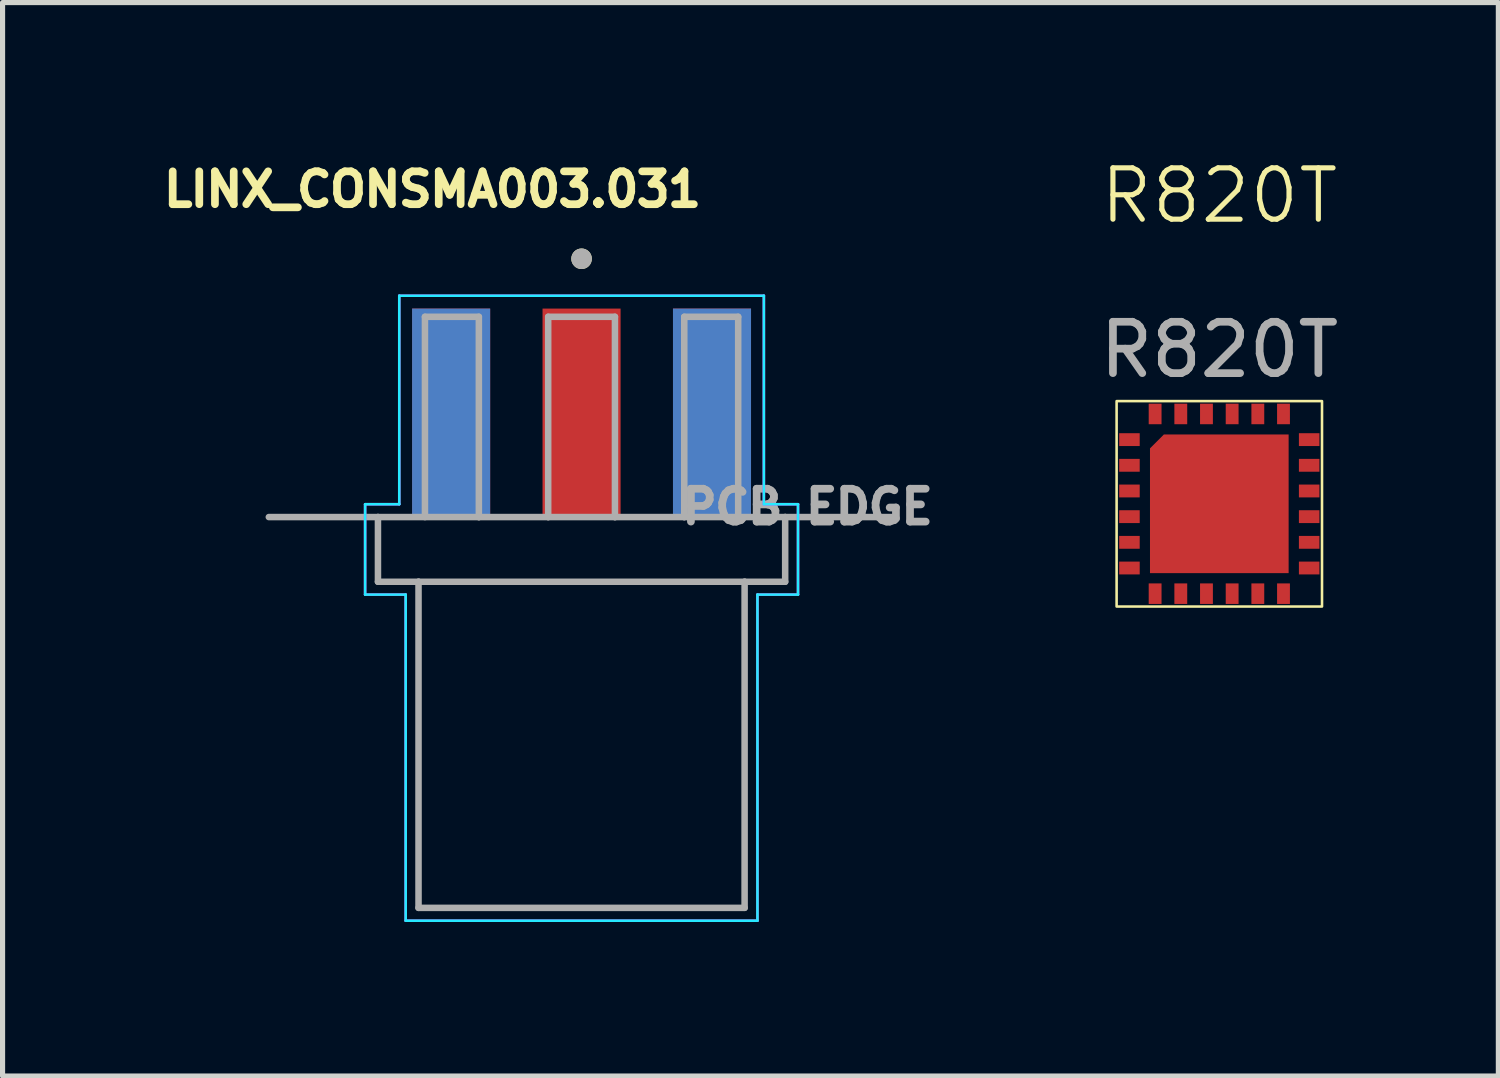
<source format=kicad_pcb>
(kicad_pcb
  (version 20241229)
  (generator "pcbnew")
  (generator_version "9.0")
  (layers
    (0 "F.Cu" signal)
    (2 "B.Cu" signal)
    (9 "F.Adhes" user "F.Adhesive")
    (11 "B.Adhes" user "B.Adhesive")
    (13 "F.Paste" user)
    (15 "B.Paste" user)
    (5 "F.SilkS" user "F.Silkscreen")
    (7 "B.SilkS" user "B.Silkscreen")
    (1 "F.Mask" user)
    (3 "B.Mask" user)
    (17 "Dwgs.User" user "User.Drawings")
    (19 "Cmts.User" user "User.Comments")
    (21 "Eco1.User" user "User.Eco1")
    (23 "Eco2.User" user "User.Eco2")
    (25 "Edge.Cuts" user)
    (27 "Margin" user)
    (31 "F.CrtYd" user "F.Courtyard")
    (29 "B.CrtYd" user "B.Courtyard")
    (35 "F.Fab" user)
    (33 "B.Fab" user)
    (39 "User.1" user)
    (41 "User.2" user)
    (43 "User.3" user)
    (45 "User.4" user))
  (footprint "R820T"
    (layer "F.Cu")
    (at 20.694 6.761)
    (property "Reference" "R820T" (at 0 -6 0) (unlocked yes) (layer "F.SilkS") (effects (font (size 1 1) (thickness 0.1))))
    (attr smd)
    (fp_rect (start -2 -2) (end 2 2) (stroke (width 0.05) (type default)) (fill no) (layer "F.SilkS"))
    (fp_text user "${REFERENCE}" (at 0 -3 0) (unlocked yes) (layer "F.Fab") (effects (font (size 1 1) (thickness 0.15))))
    (pad "0" smd roundrect (at 0 0) (size 2.7 2.7) (layers "F.Cu" "F.Mask" "F.Paste") (roundrect_rratio 0) (chamfer_ratio 0.1) (chamfer top_left))
    (pad "1" smd rect (at -1.75 -1.25) (size 0.4 0.25) (layers "F.Cu" "F.Mask" "F.Paste"))
    (pad "2" smd rect (at -1.75 -0.75) (size 0.4 0.25) (layers "F.Cu" "F.Mask" "F.Paste"))
    (pad "3" smd rect (at -1.75 -0.25) (size 0.4 0.25) (layers "F.Cu" "F.Mask" "F.Paste"))
    (pad "4" smd rect (at -1.75 0.25) (size 0.4 0.25) (layers "F.Cu" "F.Mask" "F.Paste"))
    (pad "5" smd rect (at -1.75 0.75) (size 0.4 0.25) (layers "F.Cu" "F.Mask" "F.Paste"))
    (pad "6" smd rect (at -1.75 1.25) (size 0.4 0.25) (layers "F.Cu" "F.Mask" "F.Paste"))
    (pad "7" smd rect (at -1.25 1.75 90) (size 0.4 0.25) (layers "F.Cu" "F.Mask" "F.Paste"))
    (pad "8" smd rect (at -0.75 1.75 90) (size 0.4 0.25) (layers "F.Cu" "F.Mask" "F.Paste"))
    (pad "9" smd rect (at -0.25 1.75 90) (size 0.4 0.25) (layers "F.Cu" "F.Mask" "F.Paste"))
    (pad "10" smd rect (at 0.25 1.75 90) (size 0.4 0.25) (layers "F.Cu" "F.Mask" "F.Paste"))
    (pad "11" smd rect (at 0.75 1.75 90) (size 0.4 0.25) (layers "F.Cu" "F.Mask" "F.Paste"))
    (pad "12" smd rect (at 1.25 1.75 90) (size 0.4 0.25) (layers "F.Cu" "F.Mask" "F.Paste"))
    (pad "13" smd rect (at 1.75 1.25 180) (size 0.4 0.25) (layers "F.Cu" "F.Mask" "F.Paste"))
    (pad "14" smd rect (at 1.75 0.75 180) (size 0.4 0.25) (layers "F.Cu" "F.Mask" "F.Paste"))
    (pad "15" smd rect (at 1.75 0.25 180) (size 0.4 0.25) (layers "F.Cu" "F.Mask" "F.Paste"))
    (pad "16" smd rect (at 1.75 -0.25 180) (size 0.4 0.25) (layers "F.Cu" "F.Mask" "F.Paste"))
    (pad "17" smd rect (at 1.75 -0.75 180) (size 0.4 0.25) (layers "F.Cu" "F.Mask" "F.Paste"))
    (pad "18" smd rect (at 1.75 -1.25 180) (size 0.4 0.25) (layers "F.Cu" "F.Mask" "F.Paste"))
    (pad "19" smd rect (at 1.25 -1.75 270) (size 0.4 0.25) (layers "F.Cu" "F.Mask" "F.Paste"))
    (pad "20" smd rect (at 0.75 -1.75 270) (size 0.4 0.25) (layers "F.Cu" "F.Mask" "F.Paste"))
    (pad "21" smd rect (at 0.25 -1.75 270) (size 0.4 0.25) (layers "F.Cu" "F.Mask" "F.Paste"))
    (pad "22" smd rect (at -0.25 -1.75 270) (size 0.4 0.25) (layers "F.Cu" "F.Mask" "F.Paste"))
    (pad "23" smd rect (at -0.75 -1.75 270) (size 0.4 0.25) (layers "F.Cu" "F.Mask" "F.Paste"))
    (pad "24" smd rect (at -1.25 -1.75 270) (size 0.4 0.25) (layers "F.Cu" "F.Mask" "F.Paste")))
  (footprint "LINX_CONSMA003.031"
    (layer "F.Cu")
    (at 8.275 7.019)
    (property "Reference" "LINX_CONSMA003.031" (at -2.903 -6.381 0) (layer "F.SilkS") (effects (font (size 0.64 0.64) (thickness 0.15))))
    (attr smd)
    (fp_circle (center 0 -5.03) (end 0.1 -5.03) (stroke (width 0.2) (type solid)) (fill no) (layer "F.SilkS"))
    (fp_line (start -4.215 -0.25) (end -4.215 1.51) (stroke (width 0.05) (type solid)) (layer "B.CrtYd"))
    (fp_line (start -4.215 1.51) (end -3.425 1.51) (stroke (width 0.05) (type solid)) (layer "B.CrtYd"))
    (fp_line (start -3.55 -4.31) (end -3.55 -0.25) (stroke (width 0.05) (type solid)) (layer "B.CrtYd"))
    (fp_line (start -3.55 -0.25) (end -4.215 -0.25) (stroke (width 0.05) (type solid)) (layer "B.CrtYd"))
    (fp_line (start -3.425 1.51) (end -3.425 7.86) (stroke (width 0.05) (type solid)) (layer "B.CrtYd"))
    (fp_line (start -3.425 7.86) (end 3.425 7.86) (stroke (width 0.05) (type solid)) (layer "B.CrtYd"))
    (fp_line (start 3.425 1.51) (end 3.425 7.86) (stroke (width 0.05) (type solid)) (layer "B.CrtYd"))
    (fp_line (start 3.55 -4.31) (end -3.55 -4.31) (stroke (width 0.05) (type solid)) (layer "B.CrtYd"))
    (fp_line (start 3.55 -0.25) (end 3.55 -4.31) (stroke (width 0.05) (type solid)) (layer "B.CrtYd"))
    (fp_line (start 4.215 -0.25) (end 3.55 -0.25) (stroke (width 0.05) (type solid)) (layer "B.CrtYd"))
    (fp_line (start 4.215 1.51) (end 3.425 1.51) (stroke (width 0.05) (type solid)) (layer "B.CrtYd"))
    (fp_line (start 4.215 1.51) (end 4.215 -0.25) (stroke (width 0.05) (type solid)) (layer "B.CrtYd"))
    (fp_line (start -4.215 -0.25) (end -4.215 1.51) (stroke (width 0.05) (type solid)) (layer "F.CrtYd"))
    (fp_line (start -4.215 1.51) (end -3.425 1.51) (stroke (width 0.05) (type solid)) (layer "F.CrtYd"))
    (fp_line (start -3.55 -4.31) (end -3.55 -0.25) (stroke (width 0.05) (type solid)) (layer "F.CrtYd"))
    (fp_line (start -3.55 -0.25) (end -4.215 -0.25) (stroke (width 0.05) (type solid)) (layer "F.CrtYd"))
    (fp_line (start -3.425 1.51) (end -3.425 7.86) (stroke (width 0.05) (type solid)) (layer "F.CrtYd"))
    (fp_line (start -3.425 7.86) (end 3.425 7.86) (stroke (width 0.05) (type solid)) (layer "F.CrtYd"))
    (fp_line (start 3.425 1.51) (end 3.425 7.86) (stroke (width 0.05) (type solid)) (layer "F.CrtYd"))
    (fp_line (start 3.55 -4.31) (end -3.55 -4.31) (stroke (width 0.05) (type solid)) (layer "F.CrtYd"))
    (fp_line (start 3.55 -0.25) (end 3.55 -4.31) (stroke (width 0.05) (type solid)) (layer "F.CrtYd"))
    (fp_line (start 4.215 -0.25) (end 3.55 -0.25) (stroke (width 0.05) (type solid)) (layer "F.CrtYd"))
    (fp_line (start 4.215 1.51) (end 3.425 1.51) (stroke (width 0.05) (type solid)) (layer "F.CrtYd"))
    (fp_line (start 4.215 1.51) (end 4.215 -0.25) (stroke (width 0.05) (type solid)) (layer "F.CrtYd"))
    (fp_line (start -6.09 0) (end -3.965 0) (stroke (width 0.127) (type solid)) (layer "F.Fab"))
    (fp_line (start -3.965 0) (end -3.965 1.26) (stroke (width 0.127) (type solid)) (layer "F.Fab"))
    (fp_line (start -3.965 0) (end -2 0) (stroke (width 0.127) (type solid)) (layer "F.Fab"))
    (fp_line (start -3.965 1.26) (end -3.175 1.26) (stroke (width 0.127) (type solid)) (layer "F.Fab"))
    (fp_line (start -3.175 1.26) (end -3.175 7.61) (stroke (width 0.127) (type solid)) (layer "F.Fab"))
    (fp_line (start -3.175 1.26) (end 3.175 1.26) (stroke (width 0.127) (type solid)) (layer "F.Fab"))
    (fp_line (start -3.175 7.61) (end 3.175 7.61) (stroke (width 0.127) (type solid)) (layer "F.Fab"))
    (fp_line (start -3.05 -3.9) (end -2 -3.9) (stroke (width 0.127) (type solid)) (layer "F.Fab"))
    (fp_line (start -3.05 0) (end -3.05 -3.9) (stroke (width 0.127) (type solid)) (layer "F.Fab"))
    (fp_line (start -2 -3.9) (end -2 0) (stroke (width 0.127) (type solid)) (layer "F.Fab"))
    (fp_line (start -2 0) (end -0.65 0) (stroke (width 0.127) (type solid)) (layer "F.Fab"))
    (fp_line (start -0.65 -3.9) (end 0.65 -3.9) (stroke (width 0.127) (type solid)) (layer "F.Fab"))
    (fp_line (start -0.65 0) (end -0.65 -3.9) (stroke (width 0.127) (type solid)) (layer "F.Fab"))
    (fp_line (start -0.65 0) (end 0.65 0) (stroke (width 0.127) (type solid)) (layer "F.Fab"))
    (fp_line (start 0.65 -3.9) (end 0.65 0) (stroke (width 0.127) (type solid)) (layer "F.Fab"))
    (fp_line (start 0.65 0) (end 2 0) (stroke (width 0.127) (type solid)) (layer "F.Fab"))
    (fp_line (start 2 -3.9) (end 3.05 -3.9) (stroke (width 0.127) (type solid)) (layer "F.Fab"))
    (fp_line (start 2 0) (end 2 -3.9) (stroke (width 0.127) (type solid)) (layer "F.Fab"))
    (fp_line (start 2 0) (end 3.965 0) (stroke (width 0.127) (type solid)) (layer "F.Fab"))
    (fp_line (start 3.05 -3.9) (end 3.05 0) (stroke (width 0.127) (type solid)) (layer "F.Fab"))
    (fp_line (start 3.175 1.26) (end 3.965 1.26) (stroke (width 0.127) (type solid)) (layer "F.Fab"))
    (fp_line (start 3.175 7.61) (end 3.175 1.26) (stroke (width 0.127) (type solid)) (layer "F.Fab"))
    (fp_line (start 3.965 0) (end 6.09 0) (stroke (width 0.127) (type solid)) (layer "F.Fab"))
    (fp_line (start 3.965 1.26) (end 3.965 0) (stroke (width 0.127) (type solid)) (layer "F.Fab"))
    (fp_circle (center 0 -5.03) (end 0.1 -5.03) (stroke (width 0.2) (type solid)) (fill no) (layer "F.Fab"))
    (fp_text user "PCB EDGE" (at 4.4 -0.2 0) (layer "F.Fab") (effects (font (size 0.64 0.64) (thickness 0.15))))
    (pad "1" smd rect (at 0 -2.03) (size 1.52 4.06) (layers "F.Cu" "F.Mask" "F.Paste"))
    (pad "S1" smd rect (at -2.54 -2.03) (size 1.52 4.06) (layers "F.Cu" "F.Mask" "F.Paste"))
    (pad "S2" smd rect (at 2.54 -2.03) (size 1.52 4.06) (layers "F.Cu" "F.Mask" "F.Paste"))
    (pad "S3" smd rect (at -2.54 -2.03) (size 1.52 4.06) (layers "B.Cu" "B.Mask" "B.Paste"))
    (pad "S4" smd rect (at 2.54 -2.03) (size 1.52 4.06) (layers "B.Cu" "B.Mask" "B.Paste")))
  (gr_rect
    (start -3 -3)
    (end 26.128 17.904)
    (stroke (width 0.1) (type default))
    (fill no)
    (layer "Edge.Cuts")))
</source>
